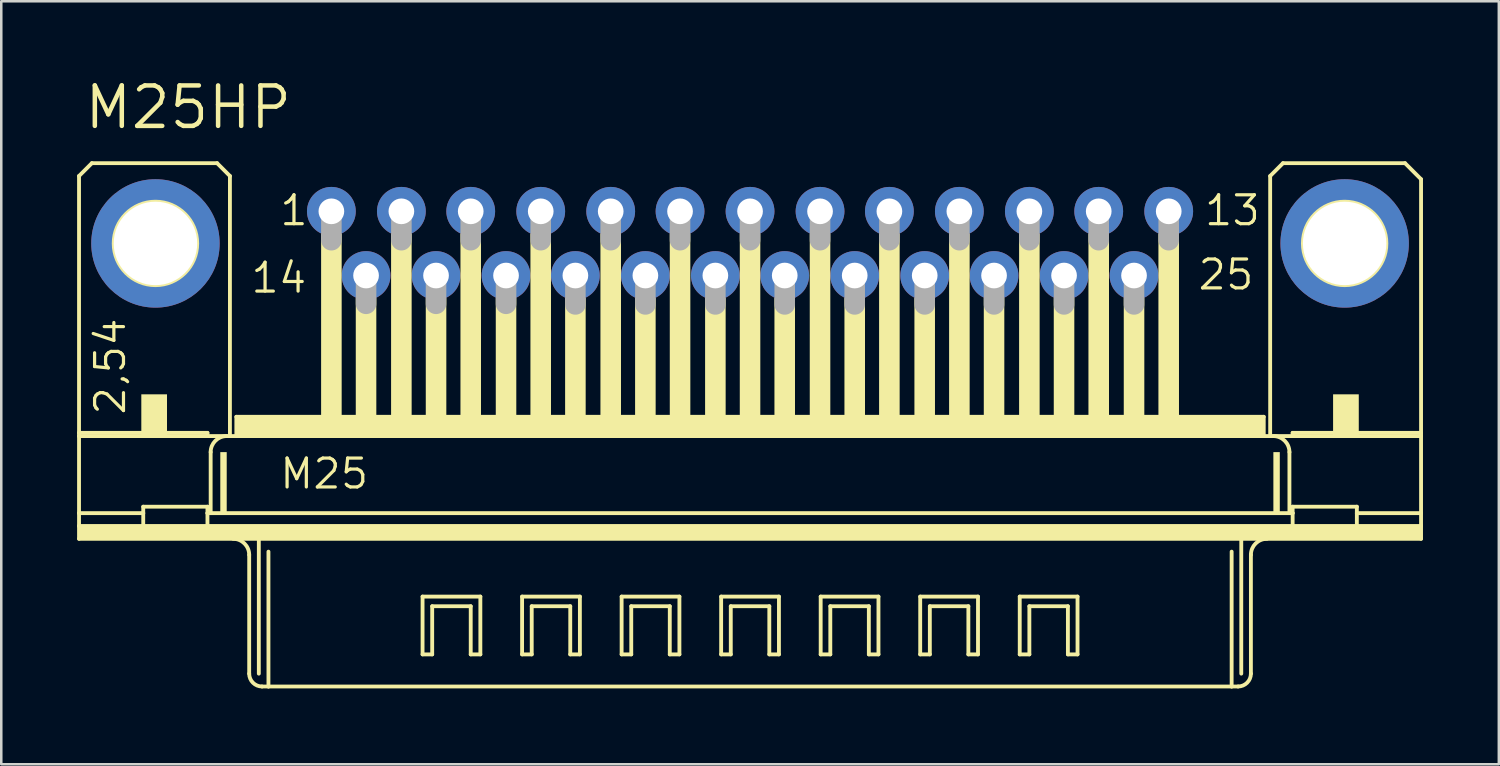
<source format=kicad_pcb>
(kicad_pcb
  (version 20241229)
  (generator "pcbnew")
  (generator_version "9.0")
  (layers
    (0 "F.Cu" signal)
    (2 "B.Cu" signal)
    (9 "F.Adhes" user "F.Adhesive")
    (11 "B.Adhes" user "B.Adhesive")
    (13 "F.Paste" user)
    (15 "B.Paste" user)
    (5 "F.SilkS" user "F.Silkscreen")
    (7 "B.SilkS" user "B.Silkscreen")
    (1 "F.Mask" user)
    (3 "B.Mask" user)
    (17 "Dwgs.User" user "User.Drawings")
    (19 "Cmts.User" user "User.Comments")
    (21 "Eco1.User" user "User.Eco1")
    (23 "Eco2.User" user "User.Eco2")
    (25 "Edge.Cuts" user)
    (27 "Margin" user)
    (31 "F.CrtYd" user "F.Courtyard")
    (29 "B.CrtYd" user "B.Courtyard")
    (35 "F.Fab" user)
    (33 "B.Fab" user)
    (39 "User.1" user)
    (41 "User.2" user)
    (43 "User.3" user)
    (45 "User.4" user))
  (footprint "M25HP"
    (layer "F.Cu")
    (at 26.619 6.579)
    (property "Reference" "M25HP" (at -26.416 -4.445 0) (layer "F.SilkS") (effects (font (size 1.6 1.6) (thickness 0.178)) (justify left bottom)))
    (fp_line (start -26.543 -2.667) (end -26.543 7.493) (stroke (width 0.152) (type solid)) (layer "F.SilkS"))
    (fp_line (start -26.543 7.62) (end -26.543 7.493) (stroke (width 0.152) (type solid)) (layer "F.SilkS"))
    (fp_line (start -26.543 10.668) (end -26.543 7.62) (stroke (width 0.152) (type solid)) (layer "F.SilkS"))
    (fp_line (start -26.543 11.176) (end -26.543 10.668) (stroke (width 0.152) (type solid)) (layer "F.SilkS"))
    (fp_line (start -26.543 11.684) (end -26.543 11.176) (stroke (width 0.152) (type solid)) (layer "F.SilkS"))
    (fp_line (start -26.035 -3.175) (end -26.543 -2.667) (stroke (width 0.152) (type solid)) (layer "F.SilkS"))
    (fp_line (start -24.003 10.668) (end -26.543 10.668) (stroke (width 0.152) (type solid)) (layer "F.SilkS"))
    (fp_line (start -24.003 10.668) (end -24.003 10.414) (stroke (width 0.152) (type solid)) (layer "F.SilkS"))
    (fp_line (start -24.003 10.668) (end -24.003 11.176) (stroke (width 0.152) (type solid)) (layer "F.SilkS"))
    (fp_line (start -24.003 11.176) (end -26.543 11.176) (stroke (width 0.152) (type solid)) (layer "F.SilkS"))
    (fp_line (start -21.463 7.493) (end -26.543 7.493) (stroke (width 0.152) (type solid)) (layer "F.SilkS"))
    (fp_line (start -21.463 7.493) (end -21.463 7.62) (stroke (width 0.152) (type solid)) (layer "F.SilkS"))
    (fp_line (start -21.463 7.62) (end -26.543 7.62) (stroke (width 0.152) (type solid)) (layer "F.SilkS"))
    (fp_line (start -21.463 10.414) (end -24.003 10.414) (stroke (width 0.152) (type solid)) (layer "F.SilkS"))
    (fp_line (start -21.463 10.414) (end -21.463 10.668) (stroke (width 0.152) (type solid)) (layer "F.SilkS"))
    (fp_line (start -21.463 10.668) (end -21.463 11.176) (stroke (width 0.152) (type solid)) (layer "F.SilkS"))
    (fp_line (start -21.463 11.176) (end -24.003 11.176) (stroke (width 0.152) (type solid)) (layer "F.SilkS"))
    (fp_line (start -21.336 8.255) (end -21.336 10.668) (stroke (width 0.152) (type solid)) (layer "F.SilkS"))
    (fp_line (start -21.336 10.668) (end -21.463 10.668) (stroke (width 0.152) (type solid)) (layer "F.SilkS"))
    (fp_line (start -21.082 -3.175) (end -26.035 -3.175) (stroke (width 0.152) (type solid)) (layer "F.SilkS"))
    (fp_line (start -20.574 -2.667) (end -21.082 -3.175) (stroke (width 0.152) (type solid)) (layer "F.SilkS"))
    (fp_line (start -20.574 -2.667) (end -20.574 7.62) (stroke (width 0.152) (type solid)) (layer "F.SilkS"))
    (fp_line (start -20.574 7.62) (end -21.463 7.62) (stroke (width 0.152) (type solid)) (layer "F.SilkS"))
    (fp_line (start -20.32 7.62) (end -20.574 7.62) (stroke (width 0.152) (type solid)) (layer "F.SilkS"))
    (fp_line (start -20.32 7.62) (end -20.32 6.858) (stroke (width 0.152) (type solid)) (layer "F.SilkS"))
    (fp_line (start -19.812 12.319) (end -19.812 17.018) (stroke (width 0.152) (type solid)) (layer "F.SilkS"))
    (fp_line (start -19.431 11.684) (end -26.543 11.684) (stroke (width 0.152) (type solid)) (layer "F.SilkS"))
    (fp_line (start -19.431 11.684) (end -19.431 17.018) (stroke (width 0.152) (type solid)) (layer "F.SilkS"))
    (fp_line (start -19.05 12.192) (end -19.05 17.526) (stroke (width 0.152) (type solid)) (layer "F.SilkS"))
    (fp_line (start -19.05 17.526) (end -19.304 17.526) (stroke (width 0.152) (type solid)) (layer "F.SilkS"))
    (fp_line (start -12.954 13.97) (end -10.668 13.97) (stroke (width 0.152) (type solid)) (layer "F.SilkS"))
    (fp_line (start -12.954 16.256) (end -12.954 13.97) (stroke (width 0.152) (type solid)) (layer "F.SilkS"))
    (fp_line (start -12.573 14.351) (end -12.573 16.256) (stroke (width 0.152) (type solid)) (layer "F.SilkS"))
    (fp_line (start -12.573 16.256) (end -12.954 16.256) (stroke (width 0.152) (type solid)) (layer "F.SilkS"))
    (fp_line (start -11.049 14.351) (end -12.573 14.351) (stroke (width 0.152) (type solid)) (layer "F.SilkS"))
    (fp_line (start -11.049 16.256) (end -11.049 14.351) (stroke (width 0.152) (type solid)) (layer "F.SilkS"))
    (fp_line (start -10.668 13.97) (end -10.668 16.256) (stroke (width 0.152) (type solid)) (layer "F.SilkS"))
    (fp_line (start -10.668 16.256) (end -11.049 16.256) (stroke (width 0.152) (type solid)) (layer "F.SilkS"))
    (fp_line (start -9.017 13.97) (end -6.731 13.97) (stroke (width 0.152) (type solid)) (layer "F.SilkS"))
    (fp_line (start -9.017 16.256) (end -9.017 13.97) (stroke (width 0.152) (type solid)) (layer "F.SilkS"))
    (fp_line (start -8.636 14.351) (end -8.636 16.256) (stroke (width 0.152) (type solid)) (layer "F.SilkS"))
    (fp_line (start -8.636 16.256) (end -9.017 16.256) (stroke (width 0.152) (type solid)) (layer "F.SilkS"))
    (fp_line (start -7.112 14.351) (end -8.636 14.351) (stroke (width 0.152) (type solid)) (layer "F.SilkS"))
    (fp_line (start -7.112 16.256) (end -7.112 14.351) (stroke (width 0.152) (type solid)) (layer "F.SilkS"))
    (fp_line (start -6.731 13.97) (end -6.731 16.256) (stroke (width 0.152) (type solid)) (layer "F.SilkS"))
    (fp_line (start -6.731 16.256) (end -7.112 16.256) (stroke (width 0.152) (type solid)) (layer "F.SilkS"))
    (fp_line (start -5.08 13.97) (end -2.794 13.97) (stroke (width 0.152) (type solid)) (layer "F.SilkS"))
    (fp_line (start -5.08 16.256) (end -5.08 13.97) (stroke (width 0.152) (type solid)) (layer "F.SilkS"))
    (fp_line (start -4.699 14.351) (end -4.699 16.256) (stroke (width 0.152) (type solid)) (layer "F.SilkS"))
    (fp_line (start -4.699 16.256) (end -5.08 16.256) (stroke (width 0.152) (type solid)) (layer "F.SilkS"))
    (fp_line (start -3.175 14.351) (end -4.699 14.351) (stroke (width 0.152) (type solid)) (layer "F.SilkS"))
    (fp_line (start -3.175 16.256) (end -3.175 14.351) (stroke (width 0.152) (type solid)) (layer "F.SilkS"))
    (fp_line (start -2.794 13.97) (end -2.794 16.256) (stroke (width 0.152) (type solid)) (layer "F.SilkS"))
    (fp_line (start -2.794 16.256) (end -3.175 16.256) (stroke (width 0.152) (type solid)) (layer "F.SilkS"))
    (fp_line (start -1.143 13.97) (end 1.143 13.97) (stroke (width 0.152) (type solid)) (layer "F.SilkS"))
    (fp_line (start -1.143 16.256) (end -1.143 13.97) (stroke (width 0.152) (type solid)) (layer "F.SilkS"))
    (fp_line (start -0.762 14.351) (end -0.762 16.256) (stroke (width 0.152) (type solid)) (layer "F.SilkS"))
    (fp_line (start -0.762 16.256) (end -1.143 16.256) (stroke (width 0.152) (type solid)) (layer "F.SilkS"))
    (fp_line (start 0.762 14.351) (end -0.762 14.351) (stroke (width 0.152) (type solid)) (layer "F.SilkS"))
    (fp_line (start 0.762 16.256) (end 0.762 14.351) (stroke (width 0.152) (type solid)) (layer "F.SilkS"))
    (fp_line (start 1.143 13.97) (end 1.143 16.256) (stroke (width 0.152) (type solid)) (layer "F.SilkS"))
    (fp_line (start 1.143 16.256) (end 0.762 16.256) (stroke (width 0.152) (type solid)) (layer "F.SilkS"))
    (fp_line (start 2.794 13.97) (end 5.08 13.97) (stroke (width 0.152) (type solid)) (layer "F.SilkS"))
    (fp_line (start 2.794 16.256) (end 2.794 13.97) (stroke (width 0.152) (type solid)) (layer "F.SilkS"))
    (fp_line (start 3.175 14.351) (end 3.175 16.256) (stroke (width 0.152) (type solid)) (layer "F.SilkS"))
    (fp_line (start 3.175 16.256) (end 2.794 16.256) (stroke (width 0.152) (type solid)) (layer "F.SilkS"))
    (fp_line (start 4.699 14.351) (end 3.175 14.351) (stroke (width 0.152) (type solid)) (layer "F.SilkS"))
    (fp_line (start 4.699 16.256) (end 4.699 14.351) (stroke (width 0.152) (type solid)) (layer "F.SilkS"))
    (fp_line (start 5.08 13.97) (end 5.08 16.256) (stroke (width 0.152) (type solid)) (layer "F.SilkS"))
    (fp_line (start 5.08 16.256) (end 4.699 16.256) (stroke (width 0.152) (type solid)) (layer "F.SilkS"))
    (fp_line (start 6.731 13.97) (end 9.017 13.97) (stroke (width 0.152) (type solid)) (layer "F.SilkS"))
    (fp_line (start 6.731 16.256) (end 6.731 13.97) (stroke (width 0.152) (type solid)) (layer "F.SilkS"))
    (fp_line (start 7.112 14.351) (end 7.112 16.256) (stroke (width 0.152) (type solid)) (layer "F.SilkS"))
    (fp_line (start 7.112 16.256) (end 6.731 16.256) (stroke (width 0.152) (type solid)) (layer "F.SilkS"))
    (fp_line (start 8.636 14.351) (end 7.112 14.351) (stroke (width 0.152) (type solid)) (layer "F.SilkS"))
    (fp_line (start 8.636 16.256) (end 8.636 14.351) (stroke (width 0.152) (type solid)) (layer "F.SilkS"))
    (fp_line (start 9.017 13.97) (end 9.017 16.256) (stroke (width 0.152) (type solid)) (layer "F.SilkS"))
    (fp_line (start 9.017 16.256) (end 8.636 16.256) (stroke (width 0.152) (type solid)) (layer "F.SilkS"))
    (fp_line (start 10.668 13.97) (end 12.954 13.97) (stroke (width 0.152) (type solid)) (layer "F.SilkS"))
    (fp_line (start 10.668 16.256) (end 10.668 13.97) (stroke (width 0.152) (type solid)) (layer "F.SilkS"))
    (fp_line (start 11.049 14.351) (end 11.049 16.256) (stroke (width 0.152) (type solid)) (layer "F.SilkS"))
    (fp_line (start 11.049 16.256) (end 10.668 16.256) (stroke (width 0.152) (type solid)) (layer "F.SilkS"))
    (fp_line (start 12.573 14.351) (end 11.049 14.351) (stroke (width 0.152) (type solid)) (layer "F.SilkS"))
    (fp_line (start 12.573 16.256) (end 12.573 14.351) (stroke (width 0.152) (type solid)) (layer "F.SilkS"))
    (fp_line (start 12.954 13.97) (end 12.954 16.256) (stroke (width 0.152) (type solid)) (layer "F.SilkS"))
    (fp_line (start 12.954 16.256) (end 12.573 16.256) (stroke (width 0.152) (type solid)) (layer "F.SilkS"))
    (fp_line (start 19.05 12.192) (end 19.05 17.526) (stroke (width 0.152) (type solid)) (layer "F.SilkS"))
    (fp_line (start 19.05 17.526) (end -19.05 17.526) (stroke (width 0.152) (type solid)) (layer "F.SilkS"))
    (fp_line (start 19.304 17.526) (end 19.05 17.526) (stroke (width 0.152) (type solid)) (layer "F.SilkS"))
    (fp_line (start 19.431 11.684) (end -19.431 11.684) (stroke (width 0.152) (type solid)) (layer "F.SilkS"))
    (fp_line (start 19.431 11.684) (end 19.431 17.018) (stroke (width 0.152) (type solid)) (layer "F.SilkS"))
    (fp_line (start 19.812 12.319) (end 19.812 17.018) (stroke (width 0.152) (type solid)) (layer "F.SilkS"))
    (fp_line (start 20.32 6.858) (end -20.32 6.858) (stroke (width 0.152) (type solid)) (layer "F.SilkS"))
    (fp_line (start 20.32 7.62) (end -20.32 7.62) (stroke (width 0.152) (type solid)) (layer "F.SilkS"))
    (fp_line (start 20.32 7.62) (end 20.32 6.858) (stroke (width 0.152) (type solid)) (layer "F.SilkS"))
    (fp_line (start 20.574 -2.667) (end 20.574 7.62) (stroke (width 0.152) (type solid)) (layer "F.SilkS"))
    (fp_line (start 20.574 7.62) (end 20.32 7.62) (stroke (width 0.152) (type solid)) (layer "F.SilkS"))
    (fp_line (start 21.082 -3.175) (end 20.574 -2.667) (stroke (width 0.152) (type solid)) (layer "F.SilkS"))
    (fp_line (start 21.082 -3.175) (end 25.908 -3.175) (stroke (width 0.152) (type solid)) (layer "F.SilkS"))
    (fp_line (start 21.336 8.255) (end 21.336 10.668) (stroke (width 0.152) (type solid)) (layer "F.SilkS"))
    (fp_line (start 21.336 10.668) (end -21.336 10.668) (stroke (width 0.152) (type solid)) (layer "F.SilkS"))
    (fp_line (start 21.463 7.493) (end 21.463 7.62) (stroke (width 0.152) (type solid)) (layer "F.SilkS"))
    (fp_line (start 21.463 7.62) (end 20.574 7.62) (stroke (width 0.152) (type solid)) (layer "F.SilkS"))
    (fp_line (start 21.463 10.414) (end 21.463 10.668) (stroke (width 0.152) (type solid)) (layer "F.SilkS"))
    (fp_line (start 21.463 10.668) (end 21.336 10.668) (stroke (width 0.152) (type solid)) (layer "F.SilkS"))
    (fp_line (start 21.463 10.668) (end 21.463 11.176) (stroke (width 0.152) (type solid)) (layer "F.SilkS"))
    (fp_line (start 21.463 11.176) (end -21.463 11.176) (stroke (width 0.152) (type solid)) (layer "F.SilkS"))
    (fp_line (start 24.003 10.414) (end 21.463 10.414) (stroke (width 0.152) (type solid)) (layer "F.SilkS"))
    (fp_line (start 24.003 10.668) (end 24.003 10.414) (stroke (width 0.152) (type solid)) (layer "F.SilkS"))
    (fp_line (start 24.003 10.668) (end 24.003 11.176) (stroke (width 0.152) (type solid)) (layer "F.SilkS"))
    (fp_line (start 24.003 11.176) (end 21.463 11.176) (stroke (width 0.152) (type solid)) (layer "F.SilkS"))
    (fp_line (start 25.908 -3.175) (end 26.543 -2.54) (stroke (width 0.152) (type solid)) (layer "F.SilkS"))
    (fp_line (start 26.543 -2.54) (end 26.543 7.493) (stroke (width 0.152) (type solid)) (layer "F.SilkS"))
    (fp_line (start 26.543 7.493) (end 21.463 7.493) (stroke (width 0.152) (type solid)) (layer "F.SilkS"))
    (fp_line (start 26.543 7.62) (end 21.463 7.62) (stroke (width 0.152) (type solid)) (layer "F.SilkS"))
    (fp_line (start 26.543 7.62) (end 26.543 7.493) (stroke (width 0.152) (type solid)) (layer "F.SilkS"))
    (fp_line (start 26.543 7.62) (end 26.543 10.668) (stroke (width 0.152) (type solid)) (layer "F.SilkS"))
    (fp_line (start 26.543 10.668) (end 24.003 10.668) (stroke (width 0.152) (type solid)) (layer "F.SilkS"))
    (fp_line (start 26.543 10.668) (end 26.543 11.176) (stroke (width 0.152) (type solid)) (layer "F.SilkS"))
    (fp_line (start 26.543 11.176) (end 24.003 11.176) (stroke (width 0.152) (type solid)) (layer "F.SilkS"))
    (fp_line (start 26.543 11.176) (end 26.543 11.684) (stroke (width 0.152) (type solid)) (layer "F.SilkS"))
    (fp_line (start 26.543 11.684) (end 19.431 11.684) (stroke (width 0.152) (type solid)) (layer "F.SilkS"))
    (fp_arc (start -21.336 8.255) (mid -21.150013 7.805987) (end -20.701 7.62) (stroke (width 0.1524) (type solid)) (layer "F.SilkS"))
    (fp_arc (start -20.447 11.684) (mid -19.997987 11.869987) (end -19.812 12.319) (stroke (width 0.1524) (type solid)) (layer "F.SilkS"))
    (fp_arc (start -19.304 17.526) (mid -19.66321 17.37721) (end -19.812 17.018) (stroke (width 0.1524) (type solid)) (layer "F.SilkS"))
    (fp_arc (start 19.812 12.319) (mid 19.997987 11.869987) (end 20.447 11.684) (stroke (width 0.1524) (type solid)) (layer "F.SilkS"))
    (fp_arc (start 19.812 17.018) (mid 19.66321 17.37721) (end 19.304 17.526) (stroke (width 0.1524) (type solid)) (layer "F.SilkS"))
    (fp_arc (start 20.701 7.62) (mid 21.150013 7.805987) (end 21.336 8.255) (stroke (width 0.1524) (type solid)) (layer "F.SilkS"))
    (fp_circle (center -23.52 0) (end -21.869 0) (stroke (width 0.152) (type solid)) (fill no) (layer "F.SilkS"))
    (fp_circle (center 23.52 0) (end 25.171 0) (stroke (width 0.152) (type solid)) (fill no) (layer "F.SilkS"))
    (fp_poly (pts (xy -26.543 11.684) (xy 26.543 11.684) (xy 26.543 11.176) (xy -26.543 11.176)) (stroke (width 0) (type default)) (fill yes) (layer "F.SilkS"))
    (fp_poly (pts (xy -24.079 7.62) (xy -23.063 7.62) (xy -23.063 5.969) (xy -24.079 5.969)) (stroke (width 0) (type default)) (fill yes) (layer "F.SilkS"))
    (fp_poly (pts (xy -20.955 10.668) (xy -20.701 10.668) (xy -20.701 8.255) (xy -20.955 8.255)) (stroke (width 0) (type default)) (fill yes) (layer "F.SilkS"))
    (fp_poly (pts (xy -20.32 7.62) (xy 20.32 7.62) (xy 20.32 6.858) (xy -20.32 6.858)) (stroke (width 0) (type default)) (fill yes) (layer "F.SilkS"))
    (fp_poly (pts (xy -16.967 6.858) (xy -16.154 6.858) (xy -16.154 -0.381) (xy -16.967 -0.381)) (stroke (width 0) (type default)) (fill yes) (layer "F.SilkS"))
    (fp_poly (pts (xy -15.596 6.858) (xy -14.783 6.858) (xy -14.783 2.159) (xy -15.596 2.159)) (stroke (width 0) (type default)) (fill yes) (layer "F.SilkS"))
    (fp_poly (pts (xy -14.199 6.858) (xy -13.386 6.858) (xy -13.386 -0.381) (xy -14.199 -0.381)) (stroke (width 0) (type default)) (fill yes) (layer "F.SilkS"))
    (fp_poly (pts (xy -12.827 6.858) (xy -12.014 6.858) (xy -12.014 2.159) (xy -12.827 2.159)) (stroke (width 0) (type default)) (fill yes) (layer "F.SilkS"))
    (fp_poly (pts (xy -11.455 6.858) (xy -10.643 6.858) (xy -10.643 -0.381) (xy -11.455 -0.381)) (stroke (width 0) (type default)) (fill yes) (layer "F.SilkS"))
    (fp_poly (pts (xy -10.058 6.858) (xy -9.246 6.858) (xy -9.246 2.159) (xy -10.058 2.159)) (stroke (width 0) (type default)) (fill yes) (layer "F.SilkS"))
    (fp_poly (pts (xy -8.687 6.858) (xy -7.874 6.858) (xy -7.874 -0.381) (xy -8.687 -0.381)) (stroke (width 0) (type default)) (fill yes) (layer "F.SilkS"))
    (fp_poly (pts (xy -7.315 6.858) (xy -6.502 6.858) (xy -6.502 2.159) (xy -7.315 2.159)) (stroke (width 0) (type default)) (fill yes) (layer "F.SilkS"))
    (fp_poly (pts (xy -5.918 6.858) (xy -5.105 6.858) (xy -5.105 -0.381) (xy -5.918 -0.381)) (stroke (width 0) (type default)) (fill yes) (layer "F.SilkS"))
    (fp_poly (pts (xy -4.547 6.858) (xy -3.734 6.858) (xy -3.734 2.159) (xy -4.547 2.159)) (stroke (width 0) (type default)) (fill yes) (layer "F.SilkS"))
    (fp_poly (pts (xy -3.175 6.858) (xy -2.362 6.858) (xy -2.362 -0.381) (xy -3.175 -0.381)) (stroke (width 0) (type default)) (fill yes) (layer "F.SilkS"))
    (fp_poly (pts (xy -1.778 6.858) (xy -0.965 6.858) (xy -0.965 2.159) (xy -1.778 2.159)) (stroke (width 0) (type default)) (fill yes) (layer "F.SilkS"))
    (fp_poly (pts (xy -0.406 6.858) (xy 0.406 6.858) (xy 0.406 -0.381) (xy -0.406 -0.381)) (stroke (width 0) (type default)) (fill yes) (layer "F.SilkS"))
    (fp_poly (pts (xy 0.965 6.858) (xy 1.778 6.858) (xy 1.778 2.159) (xy 0.965 2.159)) (stroke (width 0) (type default)) (fill yes) (layer "F.SilkS"))
    (fp_poly (pts (xy 2.362 6.858) (xy 3.175 6.858) (xy 3.175 -0.381) (xy 2.362 -0.381)) (stroke (width 0) (type default)) (fill yes) (layer "F.SilkS"))
    (fp_poly (pts (xy 3.734 6.858) (xy 4.547 6.858) (xy 4.547 2.159) (xy 3.734 2.159)) (stroke (width 0) (type default)) (fill yes) (layer "F.SilkS"))
    (fp_poly (pts (xy 5.105 6.858) (xy 5.918 6.858) (xy 5.918 -0.381) (xy 5.105 -0.381)) (stroke (width 0) (type default)) (fill yes) (layer "F.SilkS"))
    (fp_poly (pts (xy 6.502 6.858) (xy 7.315 6.858) (xy 7.315 2.159) (xy 6.502 2.159)) (stroke (width 0) (type default)) (fill yes) (layer "F.SilkS"))
    (fp_poly (pts (xy 7.874 6.858) (xy 8.687 6.858) (xy 8.687 -0.381) (xy 7.874 -0.381)) (stroke (width 0) (type default)) (fill yes) (layer "F.SilkS"))
    (fp_poly (pts (xy 9.246 6.858) (xy 10.058 6.858) (xy 10.058 2.159) (xy 9.246 2.159)) (stroke (width 0) (type default)) (fill yes) (layer "F.SilkS"))
    (fp_poly (pts (xy 10.643 6.858) (xy 11.455 6.858) (xy 11.455 -0.381) (xy 10.643 -0.381)) (stroke (width 0) (type default)) (fill yes) (layer "F.SilkS"))
    (fp_poly (pts (xy 12.014 6.858) (xy 12.827 6.858) (xy 12.827 2.159) (xy 12.014 2.159)) (stroke (width 0) (type default)) (fill yes) (layer "F.SilkS"))
    (fp_poly (pts (xy 13.386 6.858) (xy 14.199 6.858) (xy 14.199 -0.381) (xy 13.386 -0.381)) (stroke (width 0) (type default)) (fill yes) (layer "F.SilkS"))
    (fp_poly (pts (xy 14.783 6.858) (xy 15.596 6.858) (xy 15.596 2.159) (xy 14.783 2.159)) (stroke (width 0) (type default)) (fill yes) (layer "F.SilkS"))
    (fp_poly (pts (xy 16.154 6.858) (xy 16.967 6.858) (xy 16.967 -0.381) (xy 16.154 -0.381)) (stroke (width 0) (type default)) (fill yes) (layer "F.SilkS"))
    (fp_poly (pts (xy 20.701 10.668) (xy 20.955 10.668) (xy 20.955 8.255) (xy 20.701 8.255)) (stroke (width 0) (type default)) (fill yes) (layer "F.SilkS"))
    (fp_poly (pts (xy 23.063 7.62) (xy 24.079 7.62) (xy 24.079 5.969) (xy 23.063 5.969)) (stroke (width 0) (type default)) (fill yes) (layer "F.SilkS"))
    (fp_line (start -16.561 -1.143) (end -16.561 -0.127) (stroke (width 0.813) (type solid)) (layer "F.Fab"))
    (fp_line (start -15.189 1.372) (end -15.189 2.388) (stroke (width 0.813) (type solid)) (layer "F.Fab"))
    (fp_line (start -13.792 -1.143) (end -13.792 -0.127) (stroke (width 0.813) (type solid)) (layer "F.Fab"))
    (fp_line (start -12.421 1.372) (end -12.421 2.388) (stroke (width 0.813) (type solid)) (layer "F.Fab"))
    (fp_line (start -11.049 -1.143) (end -11.049 -0.127) (stroke (width 0.813) (type solid)) (layer "F.Fab"))
    (fp_line (start -9.652 1.372) (end -9.652 2.388) (stroke (width 0.813) (type solid)) (layer "F.Fab"))
    (fp_line (start -8.28 -1.143) (end -8.28 -0.127) (stroke (width 0.813) (type solid)) (layer "F.Fab"))
    (fp_line (start -6.909 1.397) (end -6.909 2.413) (stroke (width 0.813) (type solid)) (layer "F.Fab"))
    (fp_line (start -5.512 -1.143) (end -5.512 -0.127) (stroke (width 0.813) (type solid)) (layer "F.Fab"))
    (fp_line (start -4.14 1.397) (end -4.14 2.413) (stroke (width 0.813) (type solid)) (layer "F.Fab"))
    (fp_line (start -2.769 -1.143) (end -2.769 -0.127) (stroke (width 0.813) (type solid)) (layer "F.Fab"))
    (fp_line (start -1.372 1.397) (end -1.372 2.413) (stroke (width 0.813) (type solid)) (layer "F.Fab"))
    (fp_line (start 0 -1.143) (end 0 -0.127) (stroke (width 0.813) (type solid)) (layer "F.Fab"))
    (fp_line (start 1.372 1.397) (end 1.372 2.413) (stroke (width 0.813) (type solid)) (layer "F.Fab"))
    (fp_line (start 2.769 -1.143) (end 2.769 -0.127) (stroke (width 0.813) (type solid)) (layer "F.Fab"))
    (fp_line (start 4.14 1.397) (end 4.14 2.413) (stroke (width 0.813) (type solid)) (layer "F.Fab"))
    (fp_line (start 5.512 -1.143) (end 5.512 -0.127) (stroke (width 0.813) (type solid)) (layer "F.Fab"))
    (fp_line (start 6.909 1.397) (end 6.909 2.413) (stroke (width 0.813) (type solid)) (layer "F.Fab"))
    (fp_line (start 8.28 -1.143) (end 8.28 -0.127) (stroke (width 0.813) (type solid)) (layer "F.Fab"))
    (fp_line (start 9.652 1.397) (end 9.652 2.413) (stroke (width 0.813) (type solid)) (layer "F.Fab"))
    (fp_line (start 11.049 -1.143) (end 11.049 -0.127) (stroke (width 0.813) (type solid)) (layer "F.Fab"))
    (fp_line (start 12.421 1.397) (end 12.421 2.413) (stroke (width 0.813) (type solid)) (layer "F.Fab"))
    (fp_line (start 13.792 -1.143) (end 13.792 -0.127) (stroke (width 0.813) (type solid)) (layer "F.Fab"))
    (fp_line (start 15.189 1.397) (end 15.189 2.413) (stroke (width 0.813) (type solid)) (layer "F.Fab"))
    (fp_line (start 16.561 -1.143) (end 16.561 -0.127) (stroke (width 0.813) (type solid)) (layer "F.Fab"))
    (fp_text user "25" (at 17.653 1.905 0) (layer "F.SilkS") (effects (font (size 1.143 1.143) (thickness 0.127)) (justify left bottom)))
    (fp_text user "2,54" (at -24.638 6.858 90) (layer "F.SilkS") (effects (font (size 1.143 1.143) (thickness 0.127)) (justify left bottom)))
    (fp_text user "14" (at -19.812 2.032 0) (layer "F.SilkS") (effects (font (size 1.143 1.143) (thickness 0.127)) (justify left bottom)))
    (fp_text user "M25" (at -18.669 9.779 0) (layer "F.SilkS") (effects (font (size 1.143 1.143) (thickness 0.127)) (justify left bottom)))
    (fp_text user "1" (at -18.669 -0.635 0) (layer "F.SilkS") (effects (font (size 1.143 1.143) (thickness 0.127)) (justify left bottom)))
    (fp_text user "13" (at 17.907 -0.635 0) (layer "F.SilkS") (effects (font (size 1.143 1.143) (thickness 0.127)) (justify left bottom)))
    (pad "1" thru_hole circle (at -16.561 -1.27) (size 1.93 1.93) (drill 1.016) (layers "*.Cu" "*.Mask"))
    (pad "2" thru_hole circle (at -13.792 -1.27) (size 1.93 1.93) (drill 1.016) (layers "*.Cu" "*.Mask"))
    (pad "3" thru_hole circle (at -11.049 -1.27) (size 1.93 1.93) (drill 1.016) (layers "*.Cu" "*.Mask"))
    (pad "4" thru_hole circle (at -8.28 -1.27) (size 1.93 1.93) (drill 1.016) (layers "*.Cu" "*.Mask"))
    (pad "5" thru_hole circle (at -5.512 -1.27) (size 1.93 1.93) (drill 1.016) (layers "*.Cu" "*.Mask"))
    (pad "6" thru_hole circle (at -2.769 -1.27) (size 1.93 1.93) (drill 1.016) (layers "*.Cu" "*.Mask"))
    (pad "7" thru_hole circle (at 0 -1.27) (size 1.93 1.93) (drill 1.016) (layers "*.Cu" "*.Mask"))
    (pad "8" thru_hole circle (at 2.769 -1.27) (size 1.93 1.93) (drill 1.016) (layers "*.Cu" "*.Mask"))
    (pad "9" thru_hole circle (at 5.512 -1.27) (size 1.93 1.93) (drill 1.016) (layers "*.Cu" "*.Mask"))
    (pad "10" thru_hole circle (at 8.28 -1.27) (size 1.93 1.93) (drill 1.016) (layers "*.Cu" "*.Mask"))
    (pad "11" thru_hole circle (at 11.049 -1.27) (size 1.93 1.93) (drill 1.016) (layers "*.Cu" "*.Mask"))
    (pad "12" thru_hole circle (at 13.792 -1.27) (size 1.93 1.93) (drill 1.016) (layers "*.Cu" "*.Mask"))
    (pad "13" thru_hole circle (at 16.561 -1.27) (size 1.93 1.93) (drill 1.016) (layers "*.Cu" "*.Mask"))
    (pad "14" thru_hole circle (at -15.189 1.27) (size 1.93 1.93) (drill 1.016) (layers "*.Cu" "*.Mask"))
    (pad "15" thru_hole circle (at -12.421 1.27) (size 1.93 1.93) (drill 1.016) (layers "*.Cu" "*.Mask"))
    (pad "16" thru_hole circle (at -9.652 1.27) (size 1.93 1.93) (drill 1.016) (layers "*.Cu" "*.Mask"))
    (pad "17" thru_hole circle (at -6.909 1.27) (size 1.93 1.93) (drill 1.016) (layers "*.Cu" "*.Mask"))
    (pad "18" thru_hole circle (at -4.14 1.27) (size 1.93 1.93) (drill 1.016) (layers "*.Cu" "*.Mask"))
    (pad "19" thru_hole circle (at -1.372 1.27) (size 1.93 1.93) (drill 1.016) (layers "*.Cu" "*.Mask"))
    (pad "20" thru_hole circle (at 1.372 1.27) (size 1.93 1.93) (drill 1.016) (layers "*.Cu" "*.Mask"))
    (pad "21" thru_hole circle (at 4.14 1.27) (size 1.93 1.93) (drill 1.016) (layers "*.Cu" "*.Mask"))
    (pad "22" thru_hole circle (at 6.909 1.27) (size 1.93 1.93) (drill 1.016) (layers "*.Cu" "*.Mask"))
    (pad "23" thru_hole circle (at 9.652 1.27) (size 1.93 1.93) (drill 1.016) (layers "*.Cu" "*.Mask"))
    (pad "24" thru_hole circle (at 12.421 1.27) (size 1.93 1.93) (drill 1.016) (layers "*.Cu" "*.Mask"))
    (pad "25" thru_hole circle (at 15.189 1.27) (size 1.93 1.93) (drill 1.016) (layers "*.Cu" "*.Mask"))
    (pad "G1" thru_hole circle (at -23.52 0) (size 5.08 5.08) (drill 3.302) (layers "*.Cu" "*.Mask"))
    (pad "G2" thru_hole circle (at 23.52 0) (size 5.08 5.08) (drill 3.302) (layers "*.Cu" "*.Mask")))
  (gr_rect
    (start -3 -3)
    (end 56.238 27.181)
    (stroke (width 0.1) (type default))
    (fill no)
    (layer "Edge.Cuts")))
</source>
